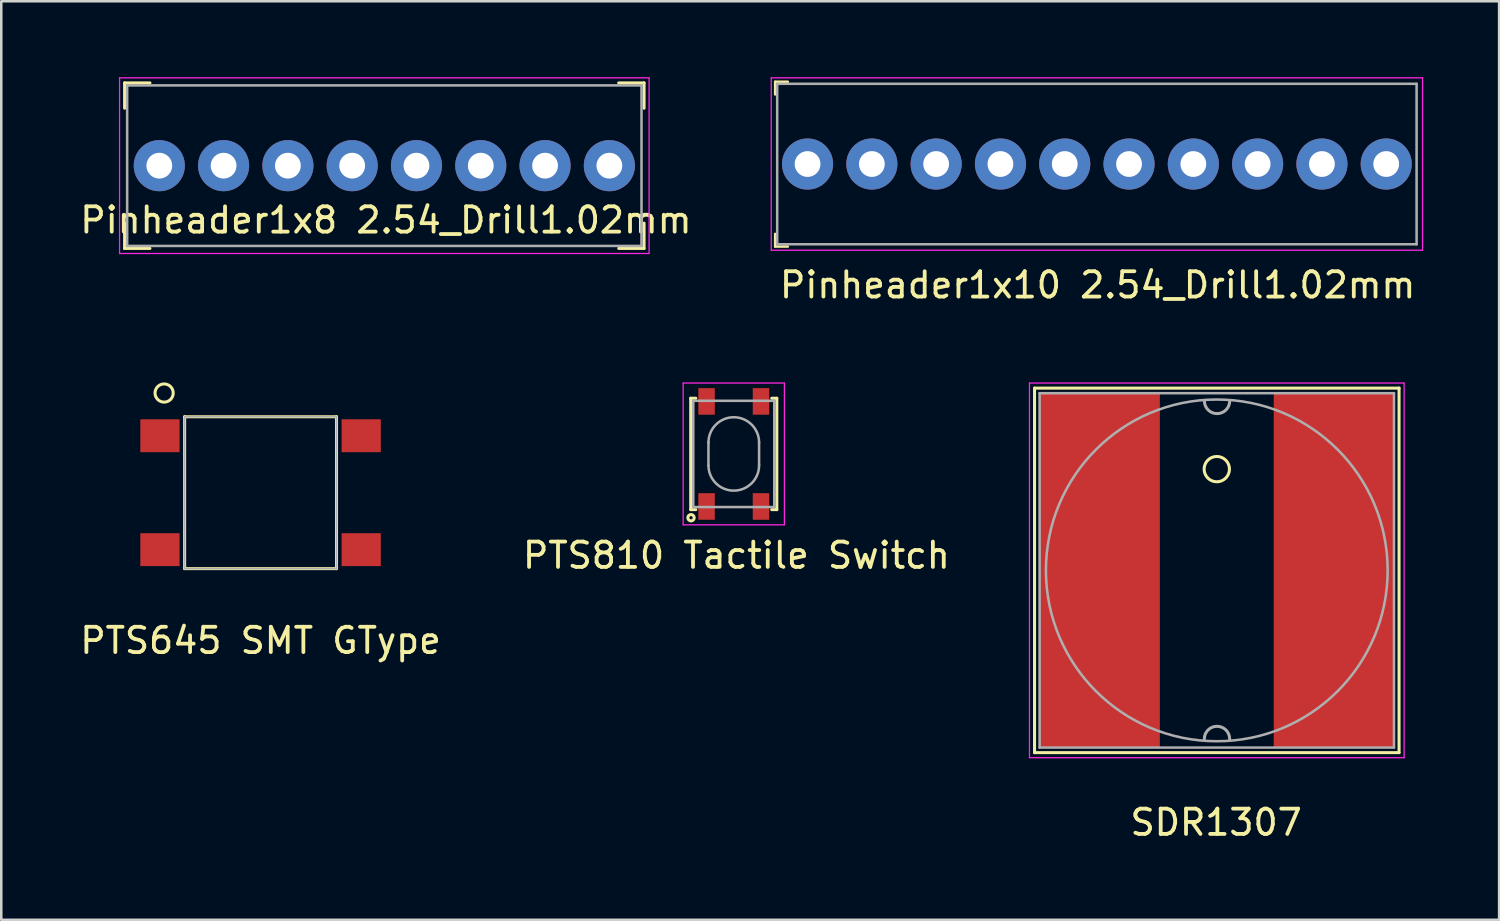
<source format=kicad_pcb>
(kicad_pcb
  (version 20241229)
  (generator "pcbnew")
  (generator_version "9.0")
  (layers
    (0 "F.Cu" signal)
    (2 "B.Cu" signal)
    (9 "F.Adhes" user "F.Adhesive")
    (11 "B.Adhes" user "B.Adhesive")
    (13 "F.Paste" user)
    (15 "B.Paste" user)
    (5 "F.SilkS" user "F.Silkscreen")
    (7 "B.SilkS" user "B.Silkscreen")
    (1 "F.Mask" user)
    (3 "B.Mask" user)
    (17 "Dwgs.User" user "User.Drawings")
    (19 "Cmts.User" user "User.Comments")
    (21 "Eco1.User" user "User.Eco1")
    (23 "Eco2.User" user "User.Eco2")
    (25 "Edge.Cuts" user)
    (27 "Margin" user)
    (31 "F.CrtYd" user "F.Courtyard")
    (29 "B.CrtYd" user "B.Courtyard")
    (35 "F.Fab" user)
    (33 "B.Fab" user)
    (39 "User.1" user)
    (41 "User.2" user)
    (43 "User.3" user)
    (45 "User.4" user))
  (footprint "PTS810 Tactile Switch"
    (layer "F.Cu")
    (at 25.938 14.883)
    (property "Reference" "PTS810 Tactile Switch" (at 0.104 4.008 0) (layer "F.SilkS") (effects (font (size 1 1) (thickness 0.15))))
    (attr through_hole)
    (fp_line (start -1.7 -2.2) (end -1.7 2.2) (stroke (width 0.12) (type solid)) (layer "F.SilkS"))
    (fp_line (start -1.7 -2.2) (end -1.5 -2.2) (stroke (width 0.12) (type solid)) (layer "F.SilkS"))
    (fp_line (start -1.7 2.2) (end -1.5 2.2) (stroke (width 0.12) (type solid)) (layer "F.SilkS"))
    (fp_line (start 1.7 -2.2) (end 1.5 -2.2) (stroke (width 0.12) (type solid)) (layer "F.SilkS"))
    (fp_line (start 1.7 -2.2) (end 1.7 2.2) (stroke (width 0.12) (type solid)) (layer "F.SilkS"))
    (fp_line (start 1.7 2.2) (end 1.5 2.2) (stroke (width 0.12) (type solid)) (layer "F.SilkS"))
    (fp_circle (center -1.689 2.52) (end -1.6 2.431) (stroke (width 0.12) (type solid)) (fill no) (layer "F.SilkS"))
    (fp_line (start -2 -2.8) (end -2 2.8) (stroke (width 0.05) (type solid)) (layer "F.CrtYd"))
    (fp_line (start -2 -2.8) (end 2 -2.8) (stroke (width 0.05) (type solid)) (layer "F.CrtYd"))
    (fp_line (start -2 2.8) (end 2 2.8) (stroke (width 0.05) (type solid)) (layer "F.CrtYd"))
    (fp_line (start 2 -2.8) (end 2 2.8) (stroke (width 0.05) (type solid)) (layer "F.CrtYd"))
    (fp_line (start -1.6 -2.1) (end -1.6 2.1) (stroke (width 0.1) (type solid)) (layer "F.Fab"))
    (fp_line (start -1.6 -2.1) (end 1.6 -2.1) (stroke (width 0.1) (type solid)) (layer "F.Fab"))
    (fp_line (start -1.6 2.1) (end 1.6 2.1) (stroke (width 0.1) (type solid)) (layer "F.Fab"))
    (fp_line (start -1 -0.45) (end -1 0.45) (stroke (width 0.1) (type solid)) (layer "F.Fab"))
    (fp_line (start 1 -0.45) (end 1 0.45) (stroke (width 0.1) (type solid)) (layer "F.Fab"))
    (fp_line (start 1.6 -2.1) (end 1.6 2.1) (stroke (width 0.1) (type solid)) (layer "F.Fab"))
    (fp_arc (start -1 -0.45) (mid 0 -1.45) (end 1 -0.45) (stroke (width 0.1) (type solid)) (layer "F.Fab"))
    (fp_arc (start 1 0.45) (mid 0 1.45) (end -1 0.45) (stroke (width 0.1) (type solid)) (layer "F.Fab"))
    (pad "1" smd rect (at -1.075 2.075) (size 0.65 1.05) (layers "F.Cu" "F.Mask" "F.Paste"))
    (pad "2" smd rect (at -1.075 -2.075) (size 0.65 1.05) (layers "F.Cu" "F.Mask" "F.Paste"))
    (pad "3" smd rect (at 1.075 2.075) (size 0.65 1.05) (layers "F.Cu" "F.Mask" "F.Paste"))
    (pad "4" smd rect (at 1.075 -2.075) (size 0.65 1.05) (layers "F.Cu" "F.Mask" "F.Paste")))
  (footprint "Pinheader1x8 2.54_Drill1.02mm"
    (layer "F.Cu")
    (at 12.133 3.495)
    (property "Reference" "Pinheader1x8 2.54_Drill1.02mm" (at 0.064 2.151 0) (layer "F.SilkS") (effects (font (size 1 1) (thickness 0.15))))
    (attr through_hole)
    (fp_line (start -10.26 -3.27) (end -10.26 -2.27) (stroke (width 0.12) (type solid)) (layer "F.SilkS"))
    (fp_line (start -10.26 -3.27) (end -9.26 -3.27) (stroke (width 0.12) (type solid)) (layer "F.SilkS"))
    (fp_line (start -10.26 3.27) (end -10.26 2.27) (stroke (width 0.12) (type solid)) (layer "F.SilkS"))
    (fp_line (start -10.26 3.27) (end -9.26 3.27) (stroke (width 0.12) (type solid)) (layer "F.SilkS"))
    (fp_line (start 10.26 -3.27) (end 9.26 -3.27) (stroke (width 0.12) (type solid)) (layer "F.SilkS"))
    (fp_line (start 10.26 -3.27) (end 10.26 -2.27) (stroke (width 0.12) (type solid)) (layer "F.SilkS"))
    (fp_line (start 10.26 3.27) (end 9.26 3.27) (stroke (width 0.12) (type solid)) (layer "F.SilkS"))
    (fp_line (start 10.26 3.27) (end 10.26 2.27) (stroke (width 0.12) (type solid)) (layer "F.SilkS"))
    (fp_line (start -10.46 -3.47) (end -10.46 3.47) (stroke (width 0.05) (type solid)) (layer "F.CrtYd"))
    (fp_line (start -10.46 -3.47) (end 10.46 -3.47) (stroke (width 0.05) (type solid)) (layer "F.CrtYd"))
    (fp_line (start -10.46 3.47) (end 10.46 3.47) (stroke (width 0.05) (type solid)) (layer "F.CrtYd"))
    (fp_line (start 10.46 -3.47) (end 10.46 3.47) (stroke (width 0.05) (type solid)) (layer "F.CrtYd"))
    (fp_line (start -10.16 -3.17) (end -10.16 3.17) (stroke (width 0.1) (type solid)) (layer "F.Fab"))
    (fp_line (start -10.16 -3.17) (end 10.16 -3.17) (stroke (width 0.1) (type solid)) (layer "F.Fab"))
    (fp_line (start -10.16 3.17) (end 10.16 3.17) (stroke (width 0.1) (type solid)) (layer "F.Fab"))
    (fp_line (start 10.16 -3.17) (end 10.16 3.17) (stroke (width 0.1) (type solid)) (layer "F.Fab"))
    (pad "1" thru_hole circle (at -8.89 0) (size 2.02 2.02) (drill 1.02) (layers "*.Cu" "*.Mask"))
    (pad "2" thru_hole circle (at -6.35 0) (size 2.02 2.02) (drill 1.02) (layers "*.Cu" "*.Mask"))
    (pad "3" thru_hole circle (at -3.81 0) (size 2.02 2.02) (drill 1.02) (layers "*.Cu" "*.Mask"))
    (pad "4" thru_hole circle (at -1.27 0) (size 2.02 2.02) (drill 1.02) (layers "*.Cu" "*.Mask"))
    (pad "5" thru_hole circle (at 1.27 0) (size 2.02 2.02) (drill 1.02) (layers "*.Cu" "*.Mask"))
    (pad "6" thru_hole circle (at 3.81 0) (size 2.02 2.02) (drill 1.02) (layers "*.Cu" "*.Mask"))
    (pad "7" thru_hole circle (at 6.35 0) (size 2.02 2.02) (drill 1.02) (layers "*.Cu" "*.Mask"))
    (pad "8" thru_hole circle (at 8.89 0) (size 2.02 2.02) (drill 1.02) (layers "*.Cu" "*.Mask")))
  (footprint "PTS645 SMT GType"
    (layer "F.Cu")
    (at 7.244 16.414)
    (property "Reference" "PTS645 SMT GType" (at 0 5.842 0) (layer "F.SilkS") (effects (font (size 1 1) (thickness 0.15))))
    (attr through_hole)
    (fp_line (start -3 -3) (end -3 3) (stroke (width 0.12) (type solid)) (layer "F.SilkS"))
    (fp_line (start -3 -3) (end 3 -3) (stroke (width 0.12) (type solid)) (layer "F.SilkS"))
    (fp_line (start -3 3) (end 3 3) (stroke (width 0.12) (type solid)) (layer "F.SilkS"))
    (fp_line (start 3 -3) (end 3 3) (stroke (width 0.12) (type solid)) (layer "F.SilkS"))
    (fp_circle (center -3.81 -3.937) (end -4.064 -4.191) (stroke (width 0.12) (type solid)) (fill no) (layer "F.SilkS"))
    (fp_line (start -3 -3) (end -3 3) (stroke (width 0.06) (type solid)) (layer "F.Fab"))
    (fp_line (start -3 -3) (end 3 -3) (stroke (width 0.06) (type solid)) (layer "F.Fab"))
    (fp_line (start -3 3) (end 3 3) (stroke (width 0.06) (type solid)) (layer "F.Fab"))
    (fp_line (start 3 -3) (end 3 3) (stroke (width 0.06) (type solid)) (layer "F.Fab"))
    (pad "1" smd rect (at -3.975 -2.25) (size 1.55 1.3) (layers "F.Cu" "F.Mask" "F.Paste"))
    (pad "2" smd rect (at 3.975 -2.25) (size 1.55 1.3) (layers "F.Cu" "F.Mask" "F.Paste"))
    (pad "3" smd rect (at -3.975 2.25) (size 1.55 1.3) (layers "F.Cu" "F.Mask" "F.Paste"))
    (pad "4" smd rect (at 3.975 2.25) (size 1.55 1.3) (layers "F.Cu" "F.Mask" "F.Paste")))
  (footprint "SDR1307"
    (layer "F.Cu")
    (at 45.02 19.483)
    (property "Reference" "SDR1307" (at -0.025 9.957 0) (layer "F.SilkS") (effects (font (size 1 1) (thickness 0.15))))
    (attr through_hole)
    (fp_line (start -7.2 -7.2) (end -7.2 7.2) (stroke (width 0.12) (type solid)) (layer "F.SilkS"))
    (fp_line (start -7.2 -7.2) (end 7.2 -7.2) (stroke (width 0.12) (type solid)) (layer "F.SilkS"))
    (fp_line (start -7.2 7.2) (end 7.2 7.2) (stroke (width 0.12) (type solid)) (layer "F.SilkS"))
    (fp_line (start 7.2 -7.2) (end 7.2 7.2) (stroke (width 0.12) (type solid)) (layer "F.SilkS"))
    (fp_circle (center 0 -4) (end 0.5 -4) (stroke (width 0.12) (type solid)) (fill no) (layer "F.SilkS"))
    (fp_line (start -7.4 -7.4) (end -7.4 7.4) (stroke (width 0.05) (type solid)) (layer "F.CrtYd"))
    (fp_line (start -7.4 -7.4) (end 7.4 -7.4) (stroke (width 0.05) (type solid)) (layer "F.CrtYd"))
    (fp_line (start -7.4 7.4) (end 7.4 7.4) (stroke (width 0.05) (type solid)) (layer "F.CrtYd"))
    (fp_line (start 7.4 -7.4) (end 7.4 7.4) (stroke (width 0.05) (type solid)) (layer "F.CrtYd"))
    (fp_line (start -7 -7) (end -7 7) (stroke (width 0.1) (type solid)) (layer "F.Fab"))
    (fp_line (start -7 -7) (end 7 -7) (stroke (width 0.1) (type solid)) (layer "F.Fab"))
    (fp_line (start -7 7) (end 7 7) (stroke (width 0.1) (type solid)) (layer "F.Fab"))
    (fp_line (start 7 -7) (end 7 7) (stroke (width 0.1) (type solid)) (layer "F.Fab"))
    (fp_arc (start -0.49238 6.65988) (mid 0.00762 6.15988) (end 0.50762 6.65988) (stroke (width 0.12) (type solid)) (layer "F.Fab"))
    (fp_arc (start 0.51016 -6.6929) (mid 0.01016 -6.1929) (end -0.48984 -6.6929) (stroke (width 0.12) (type solid)) (layer "F.Fab"))
    (fp_circle (center 0 0) (end 6.75 0) (stroke (width 0.1) (type solid)) (fill no) (layer "F.Fab"))
    (pad "1" smd rect (at -4.625 0) (size 4.75 14) (layers "F.Cu" "F.Mask" "F.Paste"))
    (pad "2" smd rect (at 4.625 0) (size 4.75 14) (layers "F.Cu" "F.Mask" "F.Paste")))
  (footprint "Pinheader1x10 2.54_Drill1.02mm"
    (layer "F.Cu")
    (at 40.283 3.43)
    (property "Reference" "Pinheader1x10 2.54_Drill1.02mm" (at 0.03 4.78 0) (layer "F.SilkS") (effects (font (size 1 1) (thickness 0.15))))
    (attr through_hole)
    (fp_line (start -12.71 -3.25) (end -12.71 -2.75) (stroke (width 0.1) (type solid)) (layer "F.SilkS"))
    (fp_line (start -12.71 -3.25) (end -12.21 -3.25) (stroke (width 0.1) (type solid)) (layer "F.SilkS"))
    (fp_line (start -12.71 3.26) (end -12.71 2.76) (stroke (width 0.1) (type solid)) (layer "F.SilkS"))
    (fp_line (start -12.71 3.26) (end -12.21 3.26) (stroke (width 0.1) (type solid)) (layer "F.SilkS"))
    (fp_line (start -12.865 -3.405) (end -12.865 3.405) (stroke (width 0.05) (type solid)) (layer "F.CrtYd"))
    (fp_line (start -12.865 -3.405) (end 12.865 -3.405) (stroke (width 0.05) (type solid)) (layer "F.CrtYd"))
    (fp_line (start -12.865 3.405) (end 12.865 3.405) (stroke (width 0.05) (type solid)) (layer "F.CrtYd"))
    (fp_line (start 12.865 -3.405) (end 12.865 3.405) (stroke (width 0.05) (type solid)) (layer "F.CrtYd"))
    (fp_line (start -12.63 -3.17) (end -12.63 3.17) (stroke (width 0.1) (type solid)) (layer "F.Fab"))
    (fp_line (start -12.63 -3.17) (end 12.63 -3.17) (stroke (width 0.1) (type solid)) (layer "F.Fab"))
    (fp_line (start -12.63 3.17) (end 12.63 3.17) (stroke (width 0.1) (type solid)) (layer "F.Fab"))
    (fp_line (start 12.63 -3.17) (end 12.63 3.17) (stroke (width 0.1) (type solid)) (layer "F.Fab"))
    (pad "1" thru_hole circle (at -11.43 0) (size 2.02 2.02) (drill 1.02) (layers "*.Cu" "*.Mask"))
    (pad "2" thru_hole circle (at -8.89 0) (size 2.02 2.02) (drill 1.02) (layers "*.Cu" "*.Mask"))
    (pad "3" thru_hole circle (at -6.35 0) (size 2.02 2.02) (drill 1.02) (layers "*.Cu" "*.Mask"))
    (pad "4" thru_hole circle (at -3.81 0) (size 2.02 2.02) (drill 1.02) (layers "*.Cu" "*.Mask"))
    (pad "5" thru_hole circle (at -1.27 0) (size 2.02 2.02) (drill 1.02) (layers "*.Cu" "*.Mask"))
    (pad "6" thru_hole circle (at 1.27 0) (size 2.02 2.02) (drill 1.02) (layers "*.Cu" "*.Mask"))
    (pad "7" thru_hole circle (at 3.81 0) (size 2.02 2.02) (drill 1.02) (layers "*.Cu" "*.Mask"))
    (pad "8" thru_hole circle (at 6.35 0) (size 2.02 2.02) (drill 1.02) (layers "*.Cu" "*.Mask"))
    (pad "9" thru_hole circle (at 8.89 0) (size 2.02 2.02) (drill 1.02) (layers "*.Cu" "*.Mask"))
    (pad "10" thru_hole circle (at 11.43 0) (size 2.02 2.02) (drill 1.02) (layers "*.Cu" "*.Mask")))
  (gr_rect
    (start -3 -3)
    (end 56.173 33.288)
    (stroke (width 0.1) (type default))
    (fill no)
    (layer "Edge.Cuts")))
</source>
